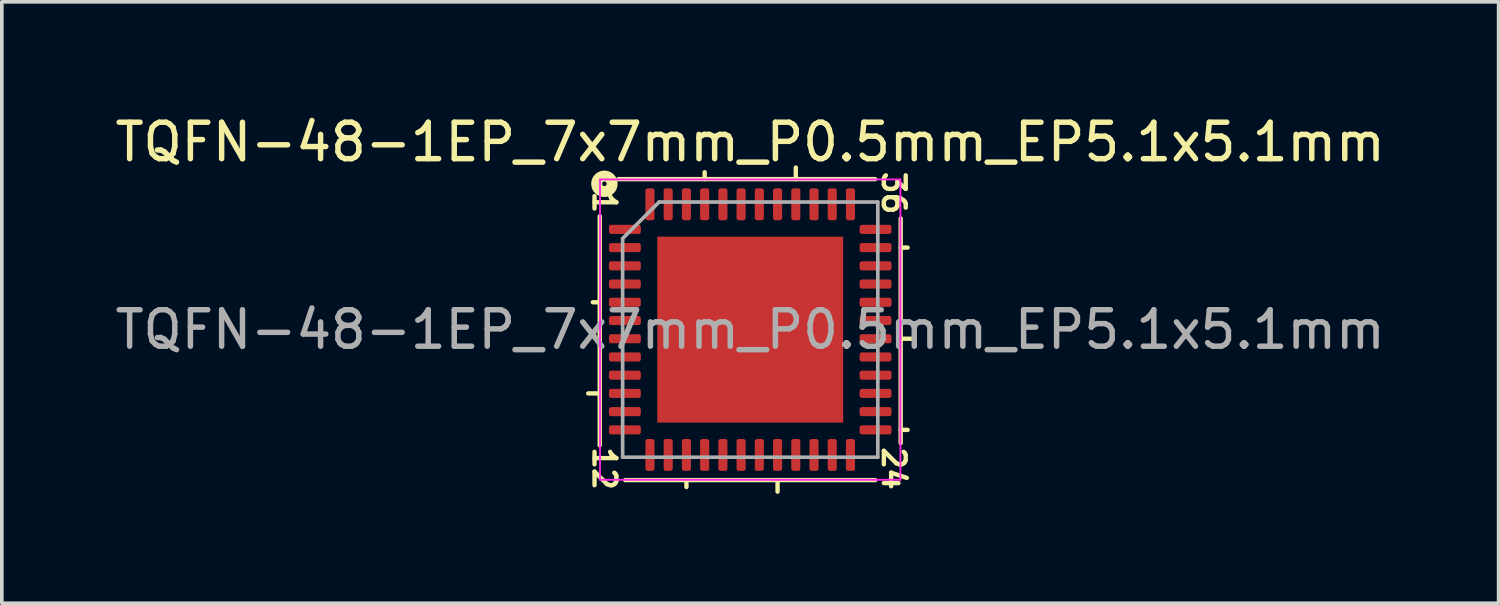
<source format=kicad_pcb>
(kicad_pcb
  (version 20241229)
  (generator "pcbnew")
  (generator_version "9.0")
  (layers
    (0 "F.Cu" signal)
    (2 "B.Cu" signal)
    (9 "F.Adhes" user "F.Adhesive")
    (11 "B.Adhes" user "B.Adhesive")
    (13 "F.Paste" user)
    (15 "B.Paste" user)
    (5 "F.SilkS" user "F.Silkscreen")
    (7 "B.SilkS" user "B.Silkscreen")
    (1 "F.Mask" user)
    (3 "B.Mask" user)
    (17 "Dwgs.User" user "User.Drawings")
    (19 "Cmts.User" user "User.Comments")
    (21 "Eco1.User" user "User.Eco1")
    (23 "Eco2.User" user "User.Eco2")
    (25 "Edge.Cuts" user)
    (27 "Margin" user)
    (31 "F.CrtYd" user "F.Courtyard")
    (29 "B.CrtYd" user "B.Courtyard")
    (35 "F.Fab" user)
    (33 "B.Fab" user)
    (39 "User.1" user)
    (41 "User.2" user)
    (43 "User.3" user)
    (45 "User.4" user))
  (footprint "TQFN-48-1EP_7x7mm_P0.5mm_EP5.1x5.1mm"
    (layer "F.Cu")
    (at 17.53 5.992)
    (property "Reference" "TQFN-48-1EP_7x7mm_P0.5mm_EP5.1x5.1mm" (at 0 -5.144 0) (layer "F.SilkS") (effects (font (size 1 1) (thickness 0.15))))
    (attr smd)
    (fp_line (start -4.128 -3.111) (end -4.128 3.175) (stroke (width 0.12) (type solid)) (layer "F.SilkS"))
    (fp_line (start -4.128 -0.75) (end -4.318 -0.75) (stroke (width 0.12) (type solid)) (layer "F.SilkS"))
    (fp_line (start -4.128 1.75) (end -4.445 1.75) (stroke (width 0.12) (type solid)) (layer "F.SilkS"))
    (fp_line (start -3.429 4.128) (end 3.429 4.128) (stroke (width 0.12) (type solid)) (layer "F.SilkS"))
    (fp_line (start -1.75 4.128) (end -1.75 4.318) (stroke (width 0.12) (type solid)) (layer "F.SilkS"))
    (fp_line (start -1.25 -4.128) (end -1.25 -4.318) (stroke (width 0.12) (type solid)) (layer "F.SilkS"))
    (fp_line (start 0.75 4.128) (end 0.75 4.445) (stroke (width 0.12) (type solid)) (layer "F.SilkS"))
    (fp_line (start 1.25 -4.128) (end 1.25 -4.445) (stroke (width 0.12) (type solid)) (layer "F.SilkS"))
    (fp_line (start 3.429 -4.128) (end -3.619 -4.128) (stroke (width 0.12) (type solid)) (layer "F.SilkS"))
    (fp_line (start 4.128 -2.25) (end 4.318 -2.25) (stroke (width 0.12) (type solid)) (layer "F.SilkS"))
    (fp_line (start 4.128 0.25) (end 4.445 0.25) (stroke (width 0.12) (type solid)) (layer "F.SilkS"))
    (fp_line (start 4.128 2.75) (end 4.318 2.75) (stroke (width 0.12) (type solid)) (layer "F.SilkS"))
    (fp_line (start 4.128 3.111) (end 4.128 -3.048) (stroke (width 0.12) (type solid)) (layer "F.SilkS"))
    (fp_circle (center -4 -4) (end -3.937 -4) (stroke (width 0.3) (type solid)) (fill no) (layer "F.SilkS"))
    (fp_line (start -4.12 -4.12) (end -4.12 4.12) (stroke (width 0.05) (type solid)) (layer "F.CrtYd"))
    (fp_line (start -4.12 4.12) (end 4.12 4.12) (stroke (width 0.05) (type solid)) (layer "F.CrtYd"))
    (fp_line (start 4.12 -4.12) (end -4.12 -4.12) (stroke (width 0.05) (type solid)) (layer "F.CrtYd"))
    (fp_line (start 4.12 4.12) (end 4.12 -4.12) (stroke (width 0.05) (type solid)) (layer "F.CrtYd"))
    (fp_line (start -3.5 -2.5) (end -2.5 -3.5) (stroke (width 0.1) (type solid)) (layer "F.Fab"))
    (fp_line (start -3.5 3.5) (end -3.5 -2.5) (stroke (width 0.1) (type solid)) (layer "F.Fab"))
    (fp_line (start -2.5 -3.5) (end 3.5 -3.5) (stroke (width 0.1) (type solid)) (layer "F.Fab"))
    (fp_line (start 3.5 -3.5) (end 3.5 3.5) (stroke (width 0.1) (type solid)) (layer "F.Fab"))
    (fp_line (start 3.5 3.5) (end -3.5 3.5) (stroke (width 0.1) (type solid)) (layer "F.Fab"))
    (fp_text user "36" (at 3.937 -3.747 270) (unlocked yes) (layer "F.SilkS") (effects (font (size 0.6 0.6) (thickness 0.12))))
    (fp_text user "24" (at 3.937 3.81 270) (unlocked yes) (layer "F.SilkS") (effects (font (size 0.6 0.6) (thickness 0.12))))
    (fp_text user "12" (at -4 3.81 270) (unlocked yes) (layer "F.SilkS") (effects (font (size 0.6 0.6) (thickness 0.12))))
    (fp_text user "1" (at -4 -3.493 270) (unlocked yes) (layer "F.SilkS") (effects (font (size 0.6 0.6) (thickness 0.12))))
    (fp_text user "${REFERENCE}" (at 0 0 0) (layer "F.Fab") (effects (font (size 1 1) (thickness 0.15))))
    (pad "" smd roundrect (at -1.7 -1.7) (size 1.37 1.37) (layers "F.Paste") (roundrect_rratio 0.182))
    (pad "" smd roundrect (at -1.7 0) (size 1.37 1.37) (layers "F.Paste") (roundrect_rratio 0.182))
    (pad "" smd roundrect (at -1.7 1.7) (size 1.37 1.37) (layers "F.Paste") (roundrect_rratio 0.182))
    (pad "" smd roundrect (at 0 -1.7) (size 1.37 1.37) (layers "F.Paste") (roundrect_rratio 0.182))
    (pad "" smd roundrect (at 0 0) (size 1.37 1.37) (layers "F.Paste") (roundrect_rratio 0.182))
    (pad "" smd roundrect (at 0 1.7) (size 1.37 1.37) (layers "F.Paste") (roundrect_rratio 0.182))
    (pad "" smd roundrect (at 1.7 -1.7) (size 1.37 1.37) (layers "F.Paste") (roundrect_rratio 0.182))
    (pad "" smd roundrect (at 1.7 0) (size 1.37 1.37) (layers "F.Paste") (roundrect_rratio 0.182))
    (pad "" smd roundrect (at 1.7 1.7) (size 1.37 1.37) (layers "F.Paste") (roundrect_rratio 0.182))
    (pad "1" smd roundrect (at -3.438 -2.75) (size 0.875 0.25) (layers "F.Cu" "F.Mask" "F.Paste") (roundrect_rratio 0.25))
    (pad "2" smd roundrect (at -3.438 -2.25) (size 0.875 0.25) (layers "F.Cu" "F.Mask" "F.Paste") (roundrect_rratio 0.25))
    (pad "3" smd roundrect (at -3.438 -1.75) (size 0.875 0.25) (layers "F.Cu" "F.Mask" "F.Paste") (roundrect_rratio 0.25))
    (pad "4" smd roundrect (at -3.438 -1.25) (size 0.875 0.25) (layers "F.Cu" "F.Mask" "F.Paste") (roundrect_rratio 0.25))
    (pad "5" smd roundrect (at -3.438 -0.75) (size 0.875 0.25) (layers "F.Cu" "F.Mask" "F.Paste") (roundrect_rratio 0.25))
    (pad "6" smd roundrect (at -3.438 -0.25) (size 0.875 0.25) (layers "F.Cu" "F.Mask" "F.Paste") (roundrect_rratio 0.25))
    (pad "7" smd roundrect (at -3.438 0.25) (size 0.875 0.25) (layers "F.Cu" "F.Mask" "F.Paste") (roundrect_rratio 0.25))
    (pad "8" smd roundrect (at -3.438 0.75) (size 0.875 0.25) (layers "F.Cu" "F.Mask" "F.Paste") (roundrect_rratio 0.25))
    (pad "9" smd roundrect (at -3.438 1.25) (size 0.875 0.25) (layers "F.Cu" "F.Mask" "F.Paste") (roundrect_rratio 0.25))
    (pad "10" smd roundrect (at -3.438 1.75) (size 0.875 0.25) (layers "F.Cu" "F.Mask" "F.Paste") (roundrect_rratio 0.25))
    (pad "11" smd roundrect (at -3.438 2.25) (size 0.875 0.25) (layers "F.Cu" "F.Mask" "F.Paste") (roundrect_rratio 0.25))
    (pad "12" smd roundrect (at -3.438 2.75) (size 0.875 0.25) (layers "F.Cu" "F.Mask" "F.Paste") (roundrect_rratio 0.25))
    (pad "13" smd roundrect (at -2.75 3.438) (size 0.25 0.875) (layers "F.Cu" "F.Mask" "F.Paste") (roundrect_rratio 0.25))
    (pad "14" smd roundrect (at -2.25 3.438) (size 0.25 0.875) (layers "F.Cu" "F.Mask" "F.Paste") (roundrect_rratio 0.25))
    (pad "15" smd roundrect (at -1.75 3.438) (size 0.25 0.875) (layers "F.Cu" "F.Mask" "F.Paste") (roundrect_rratio 0.25))
    (pad "16" smd roundrect (at -1.25 3.438) (size 0.25 0.875) (layers "F.Cu" "F.Mask" "F.Paste") (roundrect_rratio 0.25))
    (pad "17" smd roundrect (at -0.75 3.438) (size 0.25 0.875) (layers "F.Cu" "F.Mask" "F.Paste") (roundrect_rratio 0.25))
    (pad "18" smd roundrect (at -0.25 3.438) (size 0.25 0.875) (layers "F.Cu" "F.Mask" "F.Paste") (roundrect_rratio 0.25))
    (pad "19" smd roundrect (at 0.25 3.438) (size 0.25 0.875) (layers "F.Cu" "F.Mask" "F.Paste") (roundrect_rratio 0.25))
    (pad "20" smd roundrect (at 0.75 3.438) (size 0.25 0.875) (layers "F.Cu" "F.Mask" "F.Paste") (roundrect_rratio 0.25))
    (pad "21" smd roundrect (at 1.25 3.438) (size 0.25 0.875) (layers "F.Cu" "F.Mask" "F.Paste") (roundrect_rratio 0.25))
    (pad "22" smd roundrect (at 1.75 3.438) (size 0.25 0.875) (layers "F.Cu" "F.Mask" "F.Paste") (roundrect_rratio 0.25))
    (pad "23" smd roundrect (at 2.25 3.438) (size 0.25 0.875) (layers "F.Cu" "F.Mask" "F.Paste") (roundrect_rratio 0.25))
    (pad "24" smd roundrect (at 2.75 3.438) (size 0.25 0.875) (layers "F.Cu" "F.Mask" "F.Paste") (roundrect_rratio 0.25))
    (pad "25" smd roundrect (at 3.438 2.75) (size 0.875 0.25) (layers "F.Cu" "F.Mask" "F.Paste") (roundrect_rratio 0.25))
    (pad "26" smd roundrect (at 3.438 2.25) (size 0.875 0.25) (layers "F.Cu" "F.Mask" "F.Paste") (roundrect_rratio 0.25))
    (pad "27" smd roundrect (at 3.438 1.75) (size 0.875 0.25) (layers "F.Cu" "F.Mask" "F.Paste") (roundrect_rratio 0.25))
    (pad "28" smd roundrect (at 3.438 1.25) (size 0.875 0.25) (layers "F.Cu" "F.Mask" "F.Paste") (roundrect_rratio 0.25))
    (pad "29" smd roundrect (at 3.438 0.75) (size 0.875 0.25) (layers "F.Cu" "F.Mask" "F.Paste") (roundrect_rratio 0.25))
    (pad "30" smd roundrect (at 3.438 0.25) (size 0.875 0.25) (layers "F.Cu" "F.Mask" "F.Paste") (roundrect_rratio 0.25))
    (pad "31" smd roundrect (at 3.438 -0.25) (size 0.875 0.25) (layers "F.Cu" "F.Mask" "F.Paste") (roundrect_rratio 0.25))
    (pad "32" smd roundrect (at 3.438 -0.75) (size 0.875 0.25) (layers "F.Cu" "F.Mask" "F.Paste") (roundrect_rratio 0.25))
    (pad "33" smd roundrect (at 3.438 -1.25) (size 0.875 0.25) (layers "F.Cu" "F.Mask" "F.Paste") (roundrect_rratio 0.25))
    (pad "34" smd roundrect (at 3.438 -1.75) (size 0.875 0.25) (layers "F.Cu" "F.Mask" "F.Paste") (roundrect_rratio 0.25))
    (pad "35" smd roundrect (at 3.438 -2.25) (size 0.875 0.25) (layers "F.Cu" "F.Mask" "F.Paste") (roundrect_rratio 0.25))
    (pad "36" smd roundrect (at 3.438 -2.75) (size 0.875 0.25) (layers "F.Cu" "F.Mask" "F.Paste") (roundrect_rratio 0.25))
    (pad "37" smd roundrect (at 2.75 -3.438) (size 0.25 0.875) (layers "F.Cu" "F.Mask" "F.Paste") (roundrect_rratio 0.25))
    (pad "38" smd roundrect (at 2.25 -3.438) (size 0.25 0.875) (layers "F.Cu" "F.Mask" "F.Paste") (roundrect_rratio 0.25))
    (pad "39" smd roundrect (at 1.75 -3.438) (size 0.25 0.875) (layers "F.Cu" "F.Mask" "F.Paste") (roundrect_rratio 0.25))
    (pad "40" smd roundrect (at 1.25 -3.438) (size 0.25 0.875) (layers "F.Cu" "F.Mask" "F.Paste") (roundrect_rratio 0.25))
    (pad "41" smd roundrect (at 0.75 -3.438) (size 0.25 0.875) (layers "F.Cu" "F.Mask" "F.Paste") (roundrect_rratio 0.25))
    (pad "42" smd roundrect (at 0.25 -3.438) (size 0.25 0.875) (layers "F.Cu" "F.Mask" "F.Paste") (roundrect_rratio 0.25))
    (pad "43" smd roundrect (at -0.25 -3.438) (size 0.25 0.875) (layers "F.Cu" "F.Mask" "F.Paste") (roundrect_rratio 0.25))
    (pad "44" smd roundrect (at -0.75 -3.438) (size 0.25 0.875) (layers "F.Cu" "F.Mask" "F.Paste") (roundrect_rratio 0.25))
    (pad "45" smd roundrect (at -1.25 -3.438) (size 0.25 0.875) (layers "F.Cu" "F.Mask" "F.Paste") (roundrect_rratio 0.25))
    (pad "46" smd roundrect (at -1.75 -3.438) (size 0.25 0.875) (layers "F.Cu" "F.Mask" "F.Paste") (roundrect_rratio 0.25))
    (pad "47" smd roundrect (at -2.25 -3.438) (size 0.25 0.875) (layers "F.Cu" "F.Mask" "F.Paste") (roundrect_rratio 0.25))
    (pad "48" smd roundrect (at -2.75 -3.438) (size 0.25 0.875) (layers "F.Cu" "F.Mask" "F.Paste") (roundrect_rratio 0.25))
    (pad "49" smd rect (at 0 0) (size 5.1 5.1) (layers "F.Cu" "F.Mask")))
  (gr_rect
    (start -3 -3)
    (end 38.06 13.497)
    (stroke (width 0.1) (type default))
    (fill no)
    (layer "Edge.Cuts")))
</source>
